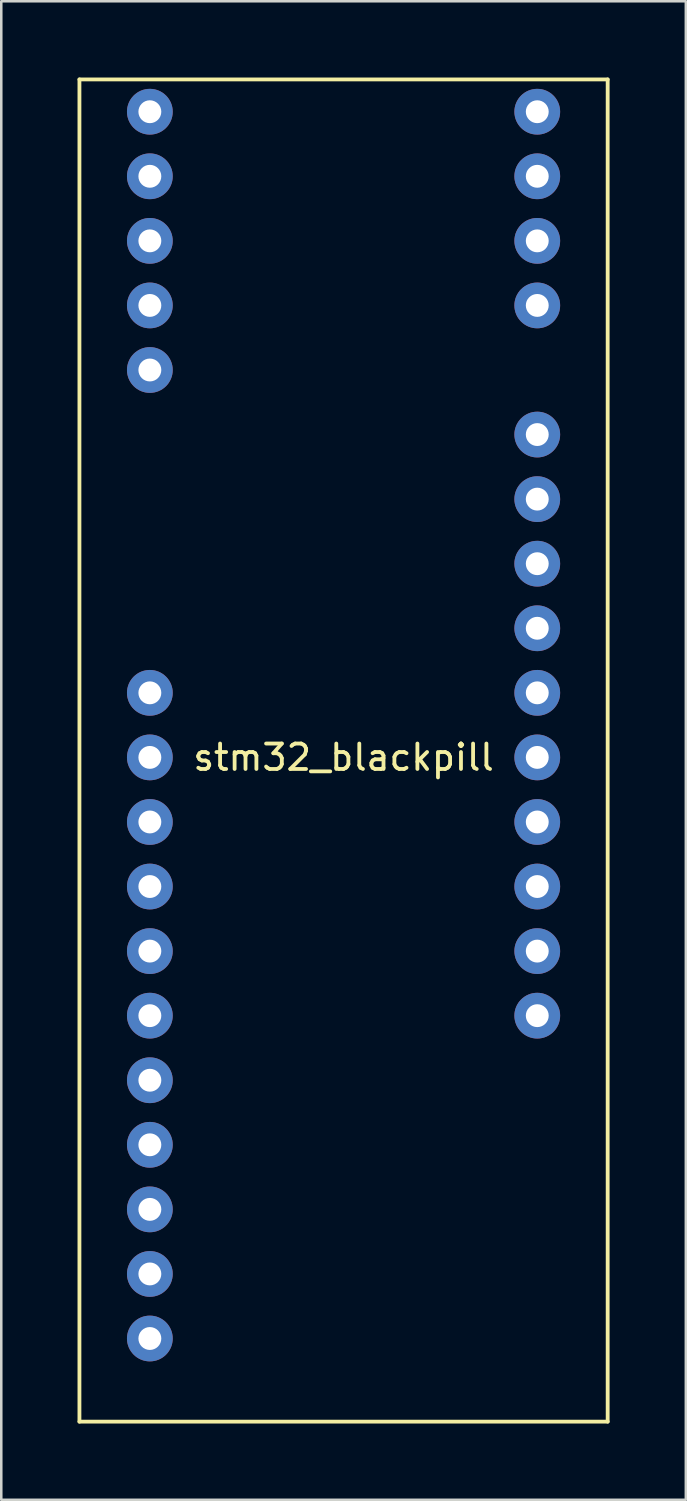
<source format=kicad_pcb>
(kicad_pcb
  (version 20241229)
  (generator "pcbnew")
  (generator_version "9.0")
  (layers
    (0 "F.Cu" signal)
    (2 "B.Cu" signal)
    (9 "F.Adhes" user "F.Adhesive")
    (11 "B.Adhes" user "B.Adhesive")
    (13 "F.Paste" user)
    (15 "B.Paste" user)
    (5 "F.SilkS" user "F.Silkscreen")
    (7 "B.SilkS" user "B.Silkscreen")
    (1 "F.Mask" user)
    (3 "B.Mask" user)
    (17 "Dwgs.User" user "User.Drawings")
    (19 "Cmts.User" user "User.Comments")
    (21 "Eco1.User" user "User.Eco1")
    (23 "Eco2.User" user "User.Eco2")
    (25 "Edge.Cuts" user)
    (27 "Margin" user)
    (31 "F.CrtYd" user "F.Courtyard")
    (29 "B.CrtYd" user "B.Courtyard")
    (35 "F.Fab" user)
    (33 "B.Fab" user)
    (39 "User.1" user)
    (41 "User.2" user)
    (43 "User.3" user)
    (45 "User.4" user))
  (footprint "stm32_blackpill"
    (layer "F.Cu")
    (at 10.465 25.475)
    (property "Reference" "stm32_blackpill" (at 0 1.27 0) (layer "F.SilkS") (effects (font (size 1 1) (thickness 0.15))))
    (attr through_hole)
    (fp_line (start -10.39 -25.4) (end -10.39 27.4) (stroke (width 0.15) (type solid)) (layer "F.SilkS"))
    (fp_line (start -10.39 27.4) (end 10.39 27.4) (stroke (width 0.15) (type solid)) (layer "F.SilkS"))
    (fp_line (start 10.39 -25.4) (end -10.39 -25.4) (stroke (width 0.15) (type solid)) (layer "F.SilkS"))
    (fp_line (start 10.39 27.4) (end 10.39 -25.4) (stroke (width 0.15) (type solid)) (layer "F.SilkS"))
    (pad "1" thru_hole circle (at -7.62 -24.13) (size 1.8 1.8) (drill 0.9) (layers "*.Cu" "*.Mask"))
    (pad "2" thru_hole circle (at -7.62 -21.59) (size 1.8 1.8) (drill 0.9) (layers "*.Cu" "*.Mask"))
    (pad "3" thru_hole circle (at -7.62 -19.05) (size 1.8 1.8) (drill 0.9) (layers "*.Cu" "*.Mask"))
    (pad "4" thru_hole circle (at -7.62 -16.51) (size 1.8 1.8) (drill 0.9) (layers "*.Cu" "*.Mask"))
    (pad "5" thru_hole circle (at -7.62 -13.97) (size 1.8 1.8) (drill 0.9) (layers "*.Cu" "*.Mask"))
    (pad "10" thru_hole circle (at -7.62 -1.27) (size 1.8 1.8) (drill 0.9) (layers "*.Cu" "*.Mask"))
    (pad "11" thru_hole circle (at -7.62 1.27) (size 1.8 1.8) (drill 0.9) (layers "*.Cu" "*.Mask"))
    (pad "12" thru_hole circle (at -7.62 3.81) (size 1.8 1.8) (drill 0.9) (layers "*.Cu" "*.Mask"))
    (pad "13" thru_hole circle (at -7.62 6.35) (size 1.8 1.8) (drill 0.9) (layers "*.Cu" "*.Mask"))
    (pad "14" thru_hole circle (at -7.62 8.89) (size 1.8 1.8) (drill 0.9) (layers "*.Cu" "*.Mask"))
    (pad "15" thru_hole circle (at -7.62 11.43) (size 1.8 1.8) (drill 0.9) (layers "*.Cu" "*.Mask"))
    (pad "16" thru_hole circle (at -7.62 13.97) (size 1.8 1.8) (drill 0.9) (layers "*.Cu" "*.Mask"))
    (pad "17" thru_hole circle (at -7.62 16.51) (size 1.8 1.8) (drill 0.9) (layers "*.Cu" "*.Mask"))
    (pad "18" thru_hole circle (at -7.62 19.05) (size 1.8 1.8) (drill 0.9) (layers "*.Cu" "*.Mask"))
    (pad "19" thru_hole circle (at -7.62 21.59) (size 1.8 1.8) (drill 0.9) (layers "*.Cu" "*.Mask"))
    (pad "20" thru_hole circle (at -7.62 24.13) (size 1.8 1.8) (drill 0.9) (layers "*.Cu" "*.Mask"))
    (pad "26" thru_hole circle (at 7.62 11.43) (size 1.8 1.8) (drill 0.9) (layers "*.Cu" "*.Mask"))
    (pad "27" thru_hole circle (at 7.62 8.89) (size 1.8 1.8) (drill 0.9) (layers "*.Cu" "*.Mask"))
    (pad "28" thru_hole circle (at 7.62 6.35) (size 1.8 1.8) (drill 0.9) (layers "*.Cu" "*.Mask"))
    (pad "29" thru_hole circle (at 7.62 3.81) (size 1.8 1.8) (drill 0.9) (layers "*.Cu" "*.Mask"))
    (pad "30" thru_hole circle (at 7.62 1.27) (size 1.8 1.8) (drill 0.9) (layers "*.Cu" "*.Mask"))
    (pad "31" thru_hole circle (at 7.62 -1.27) (size 1.8 1.8) (drill 0.9) (layers "*.Cu" "*.Mask"))
    (pad "32" thru_hole circle (at 7.62 -3.81) (size 1.8 1.8) (drill 0.9) (layers "*.Cu" "*.Mask"))
    (pad "33" thru_hole circle (at 7.62 -6.35) (size 1.8 1.8) (drill 0.9) (layers "*.Cu" "*.Mask"))
    (pad "34" thru_hole circle (at 7.62 -8.89) (size 1.8 1.8) (drill 0.9) (layers "*.Cu" "*.Mask"))
    (pad "35" thru_hole circle (at 7.62 -11.43) (size 1.8 1.8) (drill 0.9) (layers "*.Cu" "*.Mask"))
    (pad "37" thru_hole circle (at 7.62 -16.51) (size 1.8 1.8) (drill 0.9) (layers "*.Cu" "*.Mask"))
    (pad "38" thru_hole circle (at 7.62 -19.05) (size 1.8 1.8) (drill 0.9) (layers "*.Cu" "*.Mask"))
    (pad "39" thru_hole circle (at 7.62 -21.59) (size 1.8 1.8) (drill 0.9) (layers "*.Cu" "*.Mask"))
    (pad "40" thru_hole circle (at 7.62 -24.13) (size 1.8 1.8) (drill 0.9) (layers "*.Cu" "*.Mask")))
  (gr_rect
    (start -3 -3)
    (end 23.93 55.95)
    (stroke (width 0.1) (type default))
    (fill no)
    (layer "Edge.Cuts")))
</source>
